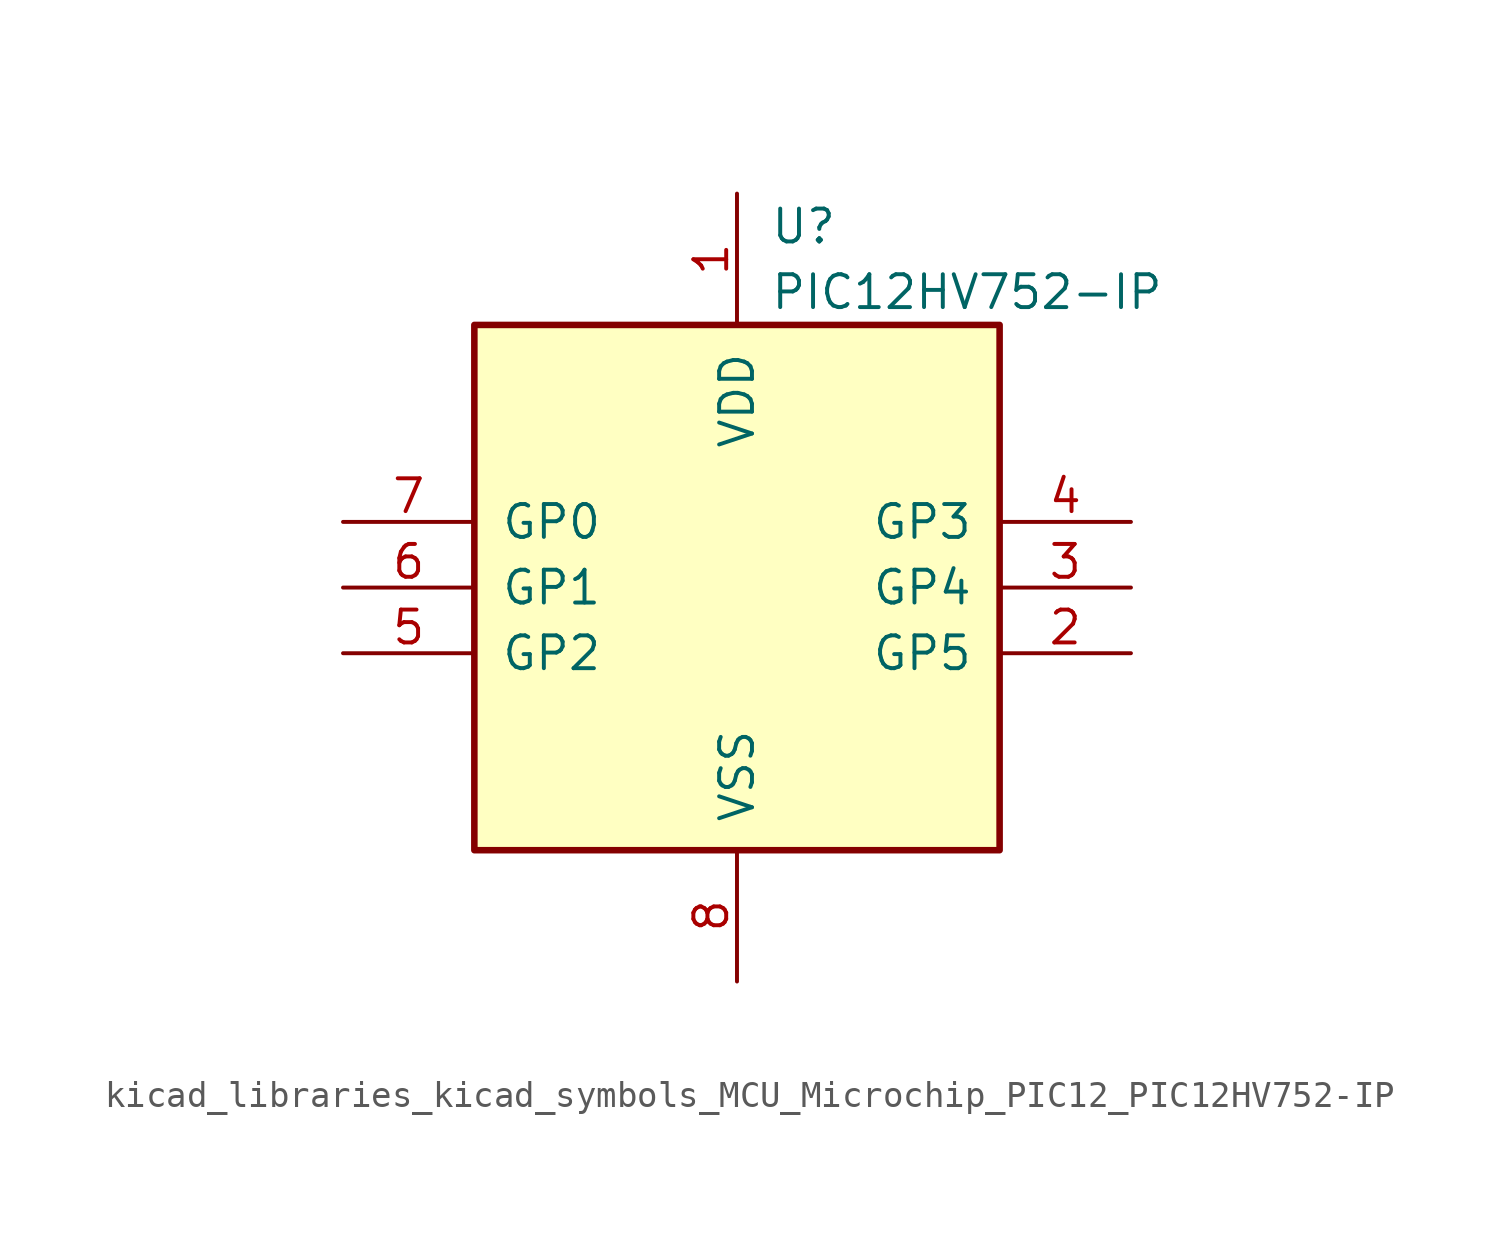
<source format=kicad_sym>
(kicad_symbol_lib
  (version 20220914)
  (generator kicad_symbol_editor)
  (symbol "kicad_libraries_kicad_symbols_MCU_Microchip_PIC12_PIC12HV752-IP"
    (pin_names
      (offset 1.016))
    (property "Reference" "U"
      (at 1.27 13.97 0)
      (effects (font (size 1.27 1.27)) (justify left)))
    (property "Value" "PIC12HV752-IP"
      (at 1.27 11.43 0)
      (effects (font (size 1.27 1.27)) (justify left)))
    (symbol "kicad_libraries_kicad_symbols_MCU_Microchip_PIC12_PIC12HV752-IP_0_1"
      (rectangle (start 10.16 -10.16) (end -10.16 10.16) (stroke (width 0.254) (type default)) (fill (type background))))
    (symbol "kicad_libraries_kicad_symbols_MCU_Microchip_PIC12_PIC12HV752-IP_1_1"
      (pin power_in line (at 0 15.24 270) (length 5.08) (name "VDD" (effects (font (size 1.27 1.27)))) (number "1" (effects (font (size 1.27 1.27)))))
      (pin bidirectional line (at 15.24 -2.54 180) (length 5.08) (name "GP5" (effects (font (size 1.27 1.27)))) (number "2" (effects (font (size 1.27 1.27)))))
      (pin bidirectional line (at 15.24 0 180) (length 5.08) (name "GP4" (effects (font (size 1.27 1.27)))) (number "3" (effects (font (size 1.27 1.27)))))
      (pin input line (at 15.24 2.54 180) (length 5.08) (name "GP3" (effects (font (size 1.27 1.27)))) (number "4" (effects (font (size 1.27 1.27)))))
      (pin bidirectional line (at -15.24 -2.54 0) (length 5.08) (name "GP2" (effects (font (size 1.27 1.27)))) (number "5" (effects (font (size 1.27 1.27)))))
      (pin bidirectional line (at -15.24 0 0) (length 5.08) (name "GP1" (effects (font (size 1.27 1.27)))) (number "6" (effects (font (size 1.27 1.27)))))
      (pin bidirectional line (at -15.24 2.54 0) (length 5.08) (name "GP0" (effects (font (size 1.27 1.27)))) (number "7" (effects (font (size 1.27 1.27)))))
      (pin power_in line (at 0 -15.24 90) (length 5.08) (name "VSS" (effects (font (size 1.27 1.27)))) (number "8" (effects (font (size 1.27 1.27))))))))
</source>
